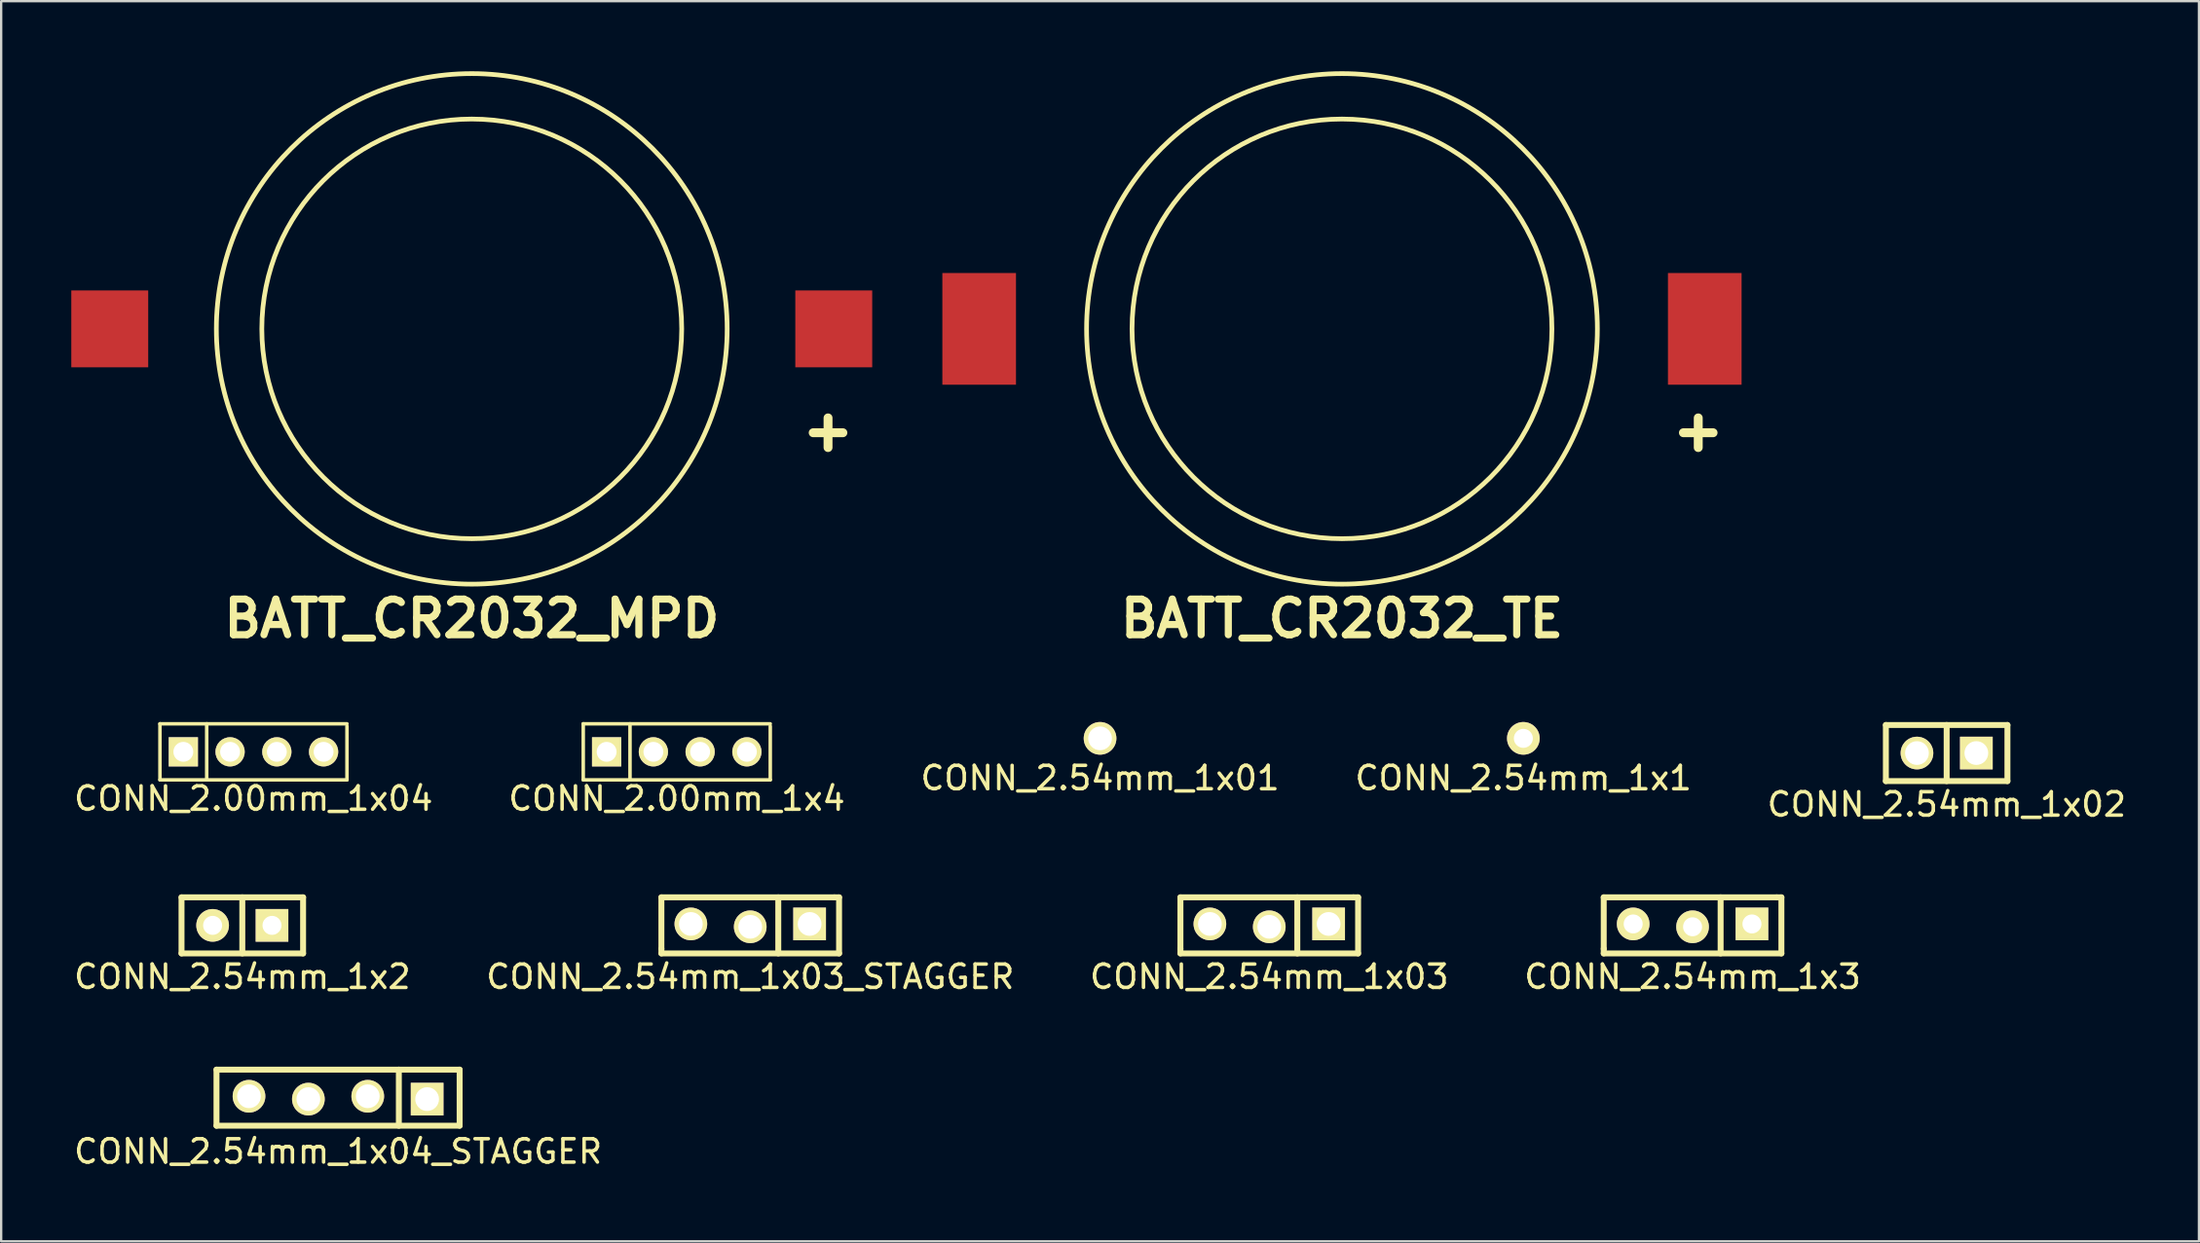
<source format=kicad_pcb>
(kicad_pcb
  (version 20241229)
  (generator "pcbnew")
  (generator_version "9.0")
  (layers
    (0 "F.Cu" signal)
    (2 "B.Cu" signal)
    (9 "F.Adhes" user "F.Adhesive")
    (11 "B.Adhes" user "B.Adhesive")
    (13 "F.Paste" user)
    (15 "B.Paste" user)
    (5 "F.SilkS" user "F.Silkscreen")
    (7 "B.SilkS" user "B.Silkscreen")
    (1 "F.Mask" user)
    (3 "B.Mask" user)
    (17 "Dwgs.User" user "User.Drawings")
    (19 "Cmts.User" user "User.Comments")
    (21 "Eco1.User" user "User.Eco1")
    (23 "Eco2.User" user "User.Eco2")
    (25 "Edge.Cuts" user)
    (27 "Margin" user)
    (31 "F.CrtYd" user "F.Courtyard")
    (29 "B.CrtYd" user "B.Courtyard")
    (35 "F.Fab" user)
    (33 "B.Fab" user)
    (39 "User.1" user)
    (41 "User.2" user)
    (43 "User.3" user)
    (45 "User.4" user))
  (footprint "CONN_2.00mm_1x4"
    (layer "F.Cu")
    (at 25.899 29.127)
    (property "Reference" "CONN_2.00mm_1x4" (at 0 2 0) (layer "F.SilkS") (effects (font (size 1 1) (thickness 0.15))))
    (attr through_hole)
    (fp_line (start -4 -1.2) (end 4 -1.2) (stroke (width 0.15) (type solid)) (layer "F.SilkS"))
    (fp_line (start -4 1.2) (end -4 -1.2) (stroke (width 0.15) (type solid)) (layer "F.SilkS"))
    (fp_line (start -2 -1.2) (end -2 1.2) (stroke (width 0.15) (type solid)) (layer "F.SilkS"))
    (fp_line (start 4 1.2) (end -4 1.2) (stroke (width 0.15) (type solid)) (layer "F.SilkS"))
    (fp_line (start 4 1.2) (end 4 -1.1) (stroke (width 0.15) (type solid)) (layer "F.SilkS"))
    (pad "1" thru_hole rect (at -3 0) (size 1.25 1.25) (drill 0.85) (layers "*.Cu" "*.Mask" "F.SilkS"))
    (pad "2" thru_hole circle (at -1 0) (size 1.25 1.25) (drill 0.85) (layers "*.Cu" "*.Mask" "F.SilkS"))
    (pad "3" thru_hole circle (at 1 0) (size 1.25 1.25) (drill 0.85) (layers "*.Cu" "*.Mask" "F.SilkS"))
    (pad "4" thru_hole circle (at 3 0) (size 1.25 1.25) (drill 0.85) (layers "*.Cu" "*.Mask" "F.SilkS")))
  (footprint "CONN_2.54mm_1x03"
    (layer "F.Cu")
    (at 51.244 36.554)
    (property "Reference" "CONN_2.54mm_1x03" (at 0 2.2 0) (layer "F.SilkS") (effects (font (size 1 1) (thickness 0.15))))
    (attr through_hole)
    (fp_line (start -3.8 -1.2) (end -3.8 1) (stroke (width 0.254) (type solid)) (layer "F.SilkS"))
    (fp_line (start -3.8 1) (end -3.8 1.2) (stroke (width 0.254) (type solid)) (layer "F.SilkS"))
    (fp_line (start -3.8 1.2) (end 3.8 1.2) (stroke (width 0.254) (type solid)) (layer "F.SilkS"))
    (fp_line (start 1.2 1.2) (end 1.2 -1.2) (stroke (width 0.254) (type solid)) (layer "F.SilkS"))
    (fp_line (start 3.6 -1.2) (end -3.8 -1.2) (stroke (width 0.254) (type solid)) (layer "F.SilkS"))
    (fp_line (start 3.8 -1.2) (end 3.6 -1.2) (stroke (width 0.254) (type solid)) (layer "F.SilkS"))
    (fp_line (start 3.8 1.2) (end 3.8 -1.2) (stroke (width 0.254) (type solid)) (layer "F.SilkS"))
    (pad "1" thru_hole rect (at 2.54 -0.061) (size 1.397 1.397) (drill 1.016) (layers "*.Cu" "*.Mask" "F.SilkS"))
    (pad "2" thru_hole circle (at 0 0.061) (size 1.397 1.397) (drill 1.016) (layers "*.Cu" "*.Mask" "F.SilkS"))
    (pad "3" thru_hole circle (at -2.54 -0.061) (size 1.397 1.397) (drill 1.016) (layers "*.Cu" "*.Mask" "F.SilkS")))
  (footprint "CONN_2.54mm_1x03_STAGGER"
    (layer "F.Cu")
    (at 29.042 36.554)
    (property "Reference" "CONN_2.54mm_1x03_STAGGER" (at 0 2.2 0) (layer "F.SilkS") (effects (font (size 1 1) (thickness 0.15))))
    (attr through_hole)
    (fp_line (start -3.8 -1.2) (end -3.8 1) (stroke (width 0.254) (type solid)) (layer "F.SilkS"))
    (fp_line (start -3.8 1) (end -3.8 1.2) (stroke (width 0.254) (type solid)) (layer "F.SilkS"))
    (fp_line (start -3.8 1.2) (end 3.8 1.2) (stroke (width 0.254) (type solid)) (layer "F.SilkS"))
    (fp_line (start 1.2 1.2) (end 1.2 -1.2) (stroke (width 0.254) (type solid)) (layer "F.SilkS"))
    (fp_line (start 3.6 -1.2) (end -3.8 -1.2) (stroke (width 0.254) (type solid)) (layer "F.SilkS"))
    (fp_line (start 3.8 -1.2) (end 3.6 -1.2) (stroke (width 0.254) (type solid)) (layer "F.SilkS"))
    (fp_line (start 3.8 1.2) (end 3.8 -1.2) (stroke (width 0.254) (type solid)) (layer "F.SilkS"))
    (pad "1" thru_hole rect (at 2.54 -0.061) (size 1.397 1.397) (drill 1.016) (layers "*.Cu" "*.Mask" "F.SilkS"))
    (pad "2" thru_hole circle (at 0 0.061) (size 1.397 1.397) (drill 1.016) (layers "*.Cu" "*.Mask" "F.SilkS"))
    (pad "3" thru_hole circle (at -2.54 -0.061) (size 1.397 1.397) (drill 1.016) (layers "*.Cu" "*.Mask" "F.SilkS")))
  (footprint "CONN_2.00mm_1x04"
    (layer "F.Cu")
    (at 7.792 29.127)
    (property "Reference" "CONN_2.00mm_1x04" (at 0 2 0) (layer "F.SilkS") (effects (font (size 1 1) (thickness 0.15))))
    (attr through_hole)
    (fp_line (start -4 -1.2) (end 4 -1.2) (stroke (width 0.15) (type solid)) (layer "F.SilkS"))
    (fp_line (start -4 1.2) (end -4 -1.2) (stroke (width 0.15) (type solid)) (layer "F.SilkS"))
    (fp_line (start -2 -1.2) (end -2 1.2) (stroke (width 0.15) (type solid)) (layer "F.SilkS"))
    (fp_line (start 4 1.2) (end -4 1.2) (stroke (width 0.15) (type solid)) (layer "F.SilkS"))
    (fp_line (start 4 1.2) (end 4 -1.1) (stroke (width 0.15) (type solid)) (layer "F.SilkS"))
    (pad "1" thru_hole rect (at -3 0) (size 1.25 1.25) (drill 0.85) (layers "*.Cu" "*.Mask" "F.SilkS"))
    (pad "2" thru_hole circle (at -1 0) (size 1.25 1.25) (drill 0.85) (layers "*.Cu" "*.Mask" "F.SilkS"))
    (pad "3" thru_hole circle (at 1 0) (size 1.25 1.25) (drill 0.85) (layers "*.Cu" "*.Mask" "F.SilkS"))
    (pad "4" thru_hole circle (at 3 0) (size 1.25 1.25) (drill 0.85) (layers "*.Cu" "*.Mask" "F.SilkS")))
  (footprint "BATT_CR2032_TE"
    (layer "F.Cu")
    (at 54.354 11.025)
    (property "Reference" "BATT_CR2032_TE" (at 0 12.4 0) (layer "F.SilkS") (effects (font (size 1.524 1.524) (thickness 0.305))))
    (attr through_hole)
    (fp_line (start 14.605 4.445) (end 15.875 4.445) (stroke (width 0.381) (type solid)) (layer "F.SilkS"))
    (fp_line (start 15.24 3.81) (end 15.24 5.08) (stroke (width 0.381) (type solid)) (layer "F.SilkS"))
    (fp_circle (center 0 0) (end -1.27 -8.89) (stroke (width 0.201) (type solid)) (fill no) (layer "F.SilkS"))
    (fp_circle (center 0 0) (end 6.35 8.89) (stroke (width 0.201) (type solid)) (fill no) (layer "F.SilkS"))
    (pad "1" smd rect (at 15.519 0) (size 3.15 4.78) (layers "F.Cu" "F.Mask" "F.Paste"))
    (pad "2" smd rect (at -15.519 0) (size 3.15 4.78) (layers "F.Cu" "F.Mask" "F.Paste")))
  (footprint "BATT_CR2032_MPD"
    (layer "F.Cu")
    (at 17.13 11.025)
    (property "Reference" "BATT_CR2032_MPD" (at 0 12.4 0) (layer "F.SilkS") (effects (font (size 1.524 1.524) (thickness 0.305))))
    (attr through_hole)
    (fp_line (start 14.605 4.445) (end 15.875 4.445) (stroke (width 0.381) (type solid)) (layer "F.SilkS"))
    (fp_line (start 15.24 3.81) (end 15.24 5.08) (stroke (width 0.381) (type solid)) (layer "F.SilkS"))
    (fp_circle (center 0 0) (end -1.27 -8.89) (stroke (width 0.201) (type solid)) (fill no) (layer "F.SilkS"))
    (fp_circle (center 0 0) (end 6.35 8.89) (stroke (width 0.201) (type solid)) (fill no) (layer "F.SilkS"))
    (pad "1" smd rect (at 15.485 0) (size 3.29 3.29) (layers "F.Cu" "F.Mask" "F.Paste"))
    (pad "2" smd rect (at -15.485 0) (size 3.29 3.29) (layers "F.Cu" "F.Mask" "F.Paste")))
  (footprint "CONN_2.54mm_1x1"
    (layer "F.Cu")
    (at 62.113 28.55)
    (property "Reference" "CONN_2.54mm_1x1" (at 0 1.7 0) (layer "F.SilkS") (effects (font (size 1 1) (thickness 0.15))))
    (attr through_hole)
    (pad "1" thru_hole circle (at 0 0) (size 1.397 1.397) (drill 0.813) (layers "*.Cu" "*.Mask" "F.SilkS")))
  (footprint "CONN_2.54mm_1x02"
    (layer "F.Cu")
    (at 80.22 29.179)
    (property "Reference" "CONN_2.54mm_1x02" (at 0 2.2 0) (layer "F.SilkS") (effects (font (size 1 1) (thickness 0.15))))
    (attr through_hole)
    (fp_line (start -2.6 -1.2) (end 2.6 -1.2) (stroke (width 0.254) (type solid)) (layer "F.SilkS"))
    (fp_line (start -2.6 1.2) (end -2.6 -1.2) (stroke (width 0.254) (type solid)) (layer "F.SilkS"))
    (fp_line (start 0 1.2) (end 0 -1.2) (stroke (width 0.254) (type solid)) (layer "F.SilkS"))
    (fp_line (start 2.6 -1.2) (end 2.6 1.2) (stroke (width 0.254) (type solid)) (layer "F.SilkS"))
    (fp_line (start 2.6 1.2) (end -2.6 1.2) (stroke (width 0.254) (type solid)) (layer "F.SilkS"))
    (pad "1" thru_hole rect (at 1.27 0) (size 1.397 1.397) (drill 1.016) (layers "*.Cu" "*.Mask" "F.SilkS"))
    (pad "2" thru_hole circle (at -1.27 0) (size 1.397 1.397) (drill 1.016) (layers "*.Cu" "*.Mask" "F.SilkS")))
  (footprint "CONN_2.54mm_1x2"
    (layer "F.Cu")
    (at 7.315 36.554)
    (property "Reference" "CONN_2.54mm_1x2" (at 0 2.2 0) (layer "F.SilkS") (effects (font (size 1 1) (thickness 0.15))))
    (attr through_hole)
    (fp_line (start -2.6 -1.2) (end 2.6 -1.2) (stroke (width 0.254) (type solid)) (layer "F.SilkS"))
    (fp_line (start -2.6 1.2) (end -2.6 -1.2) (stroke (width 0.254) (type solid)) (layer "F.SilkS"))
    (fp_line (start 0 1.2) (end 0 -1.2) (stroke (width 0.254) (type solid)) (layer "F.SilkS"))
    (fp_line (start 2.6 -1.2) (end 2.6 1.2) (stroke (width 0.254) (type solid)) (layer "F.SilkS"))
    (fp_line (start 2.6 1.2) (end -2.6 1.2) (stroke (width 0.254) (type solid)) (layer "F.SilkS"))
    (pad "1" thru_hole rect (at 1.27 0) (size 1.397 1.397) (drill 0.813) (layers "*.Cu" "*.Mask" "F.SilkS"))
    (pad "2" thru_hole circle (at -1.27 0) (size 1.397 1.397) (drill 0.813) (layers "*.Cu" "*.Mask" "F.SilkS")))
  (footprint "CONN_2.54mm_1x01"
    (layer "F.Cu")
    (at 44.006 28.55)
    (property "Reference" "CONN_2.54mm_1x01" (at 0 1.7 0) (layer "F.SilkS") (effects (font (size 1 1) (thickness 0.15))))
    (attr through_hole)
    (pad "1" thru_hole circle (at 0 0) (size 1.397 1.397) (drill 1.016) (layers "*.Cu" "*.Mask" "F.SilkS")))
  (footprint "CONN_2.54mm_1x3"
    (layer "F.Cu")
    (at 69.351 36.554)
    (property "Reference" "CONN_2.54mm_1x3" (at 0 2.2 0) (layer "F.SilkS") (effects (font (size 1 1) (thickness 0.15))))
    (attr through_hole)
    (fp_line (start -3.8 -1.2) (end -3.8 1) (stroke (width 0.254) (type solid)) (layer "F.SilkS"))
    (fp_line (start -3.8 1) (end -3.8 1.2) (stroke (width 0.254) (type solid)) (layer "F.SilkS"))
    (fp_line (start -3.8 1.2) (end 3.8 1.2) (stroke (width 0.254) (type solid)) (layer "F.SilkS"))
    (fp_line (start 1.2 1.2) (end 1.2 -1.2) (stroke (width 0.254) (type solid)) (layer "F.SilkS"))
    (fp_line (start 3.6 -1.2) (end -3.8 -1.2) (stroke (width 0.254) (type solid)) (layer "F.SilkS"))
    (fp_line (start 3.8 -1.2) (end 3.6 -1.2) (stroke (width 0.254) (type solid)) (layer "F.SilkS"))
    (fp_line (start 3.8 1.2) (end 3.8 -1.2) (stroke (width 0.254) (type solid)) (layer "F.SilkS"))
    (pad "1" thru_hole rect (at 2.54 -0.061) (size 1.397 1.397) (drill 0.813) (layers "*.Cu" "*.Mask" "F.SilkS"))
    (pad "2" thru_hole circle (at 0 0.061) (size 1.397 1.397) (drill 0.813) (layers "*.Cu" "*.Mask" "F.SilkS"))
    (pad "3" thru_hole circle (at -2.54 -0.061) (size 1.397 1.397) (drill 0.813) (layers "*.Cu" "*.Mask" "F.SilkS")))
  (footprint "CONN_2.54mm_1x04_STAGGER"
    (layer "F.Cu")
    (at 11.411 43.929)
    (property "Reference" "CONN_2.54mm_1x04_STAGGER" (at 0 2.3 0) (layer "F.SilkS") (effects (font (size 1 1) (thickness 0.15))))
    (attr through_hole)
    (fp_line (start -5.2 1.2) (end -5.2 -1.2) (stroke (width 0.254) (type solid)) (layer "F.SilkS"))
    (fp_line (start -5.2 1.2) (end 5.2 1.2) (stroke (width 0.254) (type solid)) (layer "F.SilkS"))
    (fp_line (start 2.6 -1.2) (end 2.6 1.2) (stroke (width 0.254) (type solid)) (layer "F.SilkS"))
    (fp_line (start 5.2 -1.2) (end -5.2 -1.2) (stroke (width 0.254) (type solid)) (layer "F.SilkS"))
    (fp_line (start 5.2 1.2) (end 5.2 -1.2) (stroke (width 0.254) (type solid)) (layer "F.SilkS"))
    (pad "1" thru_hole rect (at 3.81 0.061) (size 1.397 1.397) (drill 1.016) (layers "*.Cu" "*.Mask" "F.SilkS"))
    (pad "2" thru_hole circle (at 1.27 -0.061) (size 1.397 1.397) (drill 1.016) (layers "*.Cu" "*.Mask" "F.SilkS"))
    (pad "3" thru_hole circle (at -1.27 0.061) (size 1.397 1.397) (drill 1.016) (layers "*.Cu" "*.Mask" "F.SilkS"))
    (pad "4" thru_hole circle (at -3.81 -0.061) (size 1.397 1.397) (drill 1.016) (layers "*.Cu" "*.Mask" "F.SilkS")))
  (gr_rect
    (start -3 -3)
    (end 91.012 50.077)
    (stroke (width 0.1) (type default))
    (fill no)
    (layer "Edge.Cuts")))
</source>
